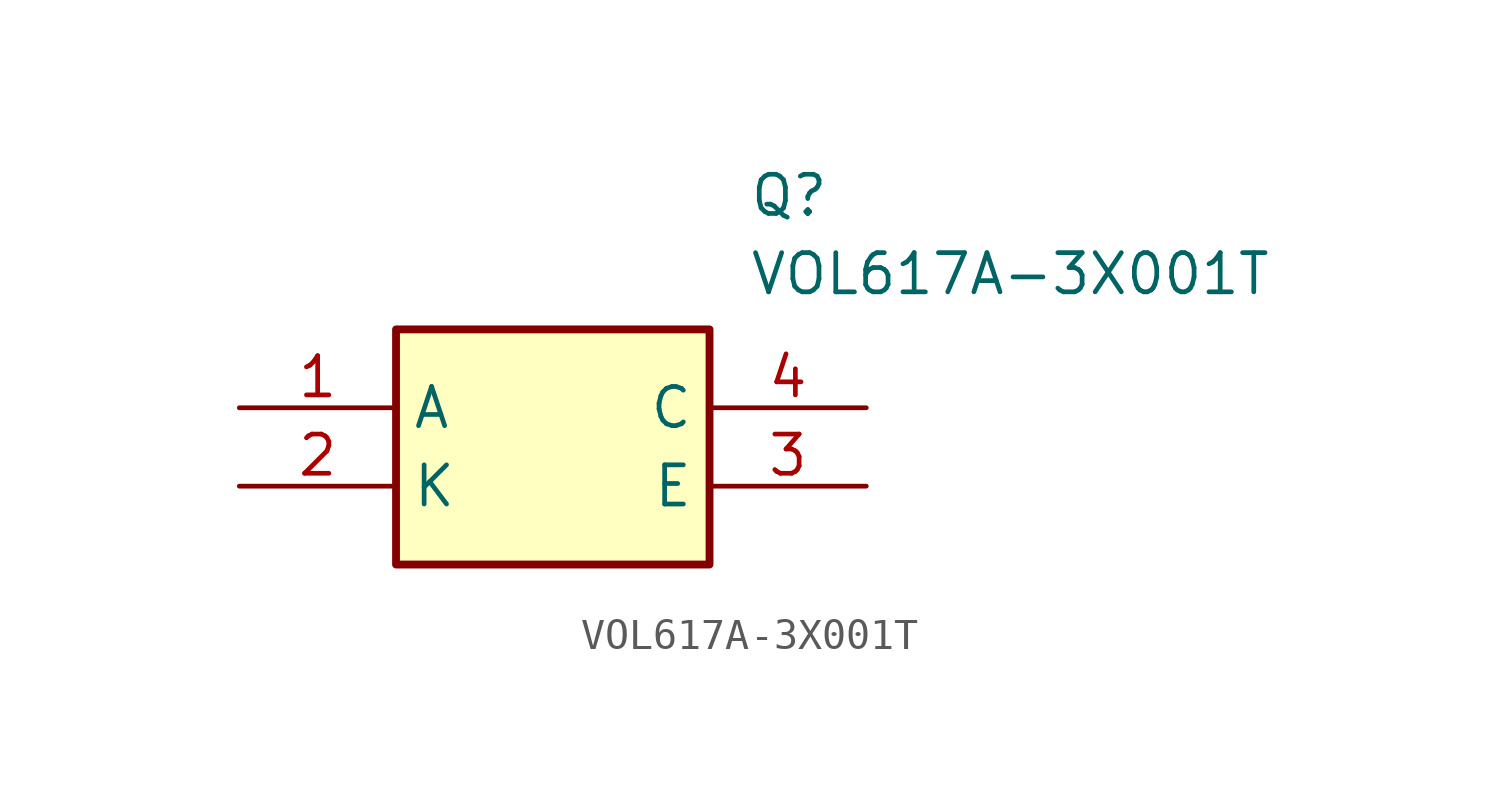
<source format=kicad_sym>
(kicad_symbol_lib
  (version 20211014)
  (generator SamacSys_ECAD_Model)
  (symbol "VOL617A-3X001T"
    (property "Reference" "Q"
      (at 16.51 7.62 0)
      (effects (font (size 1.27 1.27)) (justify left top)))
    (property "Value" "VOL617A-3X001T"
      (at 16.51 5.08 0)
      (effects (font (size 1.27 1.27)) (justify left top)))
    (rectangle
      (start 5.08 2.54)
      (end 15.24 -5.08)
      (stroke (width 0.254) (type default))
      (fill (type background)))
    (pin passive line
      (at 0 0 0)
      (length 5.08)
      (name "A" (effects (font (size 1.27 1.27))))
      (number "1" (effects (font (size 1.27 1.27)))))
    (pin passive line
      (at 0 -2.54 0)
      (length 5.08)
      (name "K" (effects (font (size 1.27 1.27))))
      (number "2" (effects (font (size 1.27 1.27)))))
    (pin passive line
      (at 20.32 0 180)
      (length 5.08)
      (name "C" (effects (font (size 1.27 1.27))))
      (number "4" (effects (font (size 1.27 1.27)))))
    (pin passive line
      (at 20.32 -2.54 180)
      (length 5.08)
      (name "E" (effects (font (size 1.27 1.27))))
      (number "3" (effects (font (size 1.27 1.27)))))))
</source>
